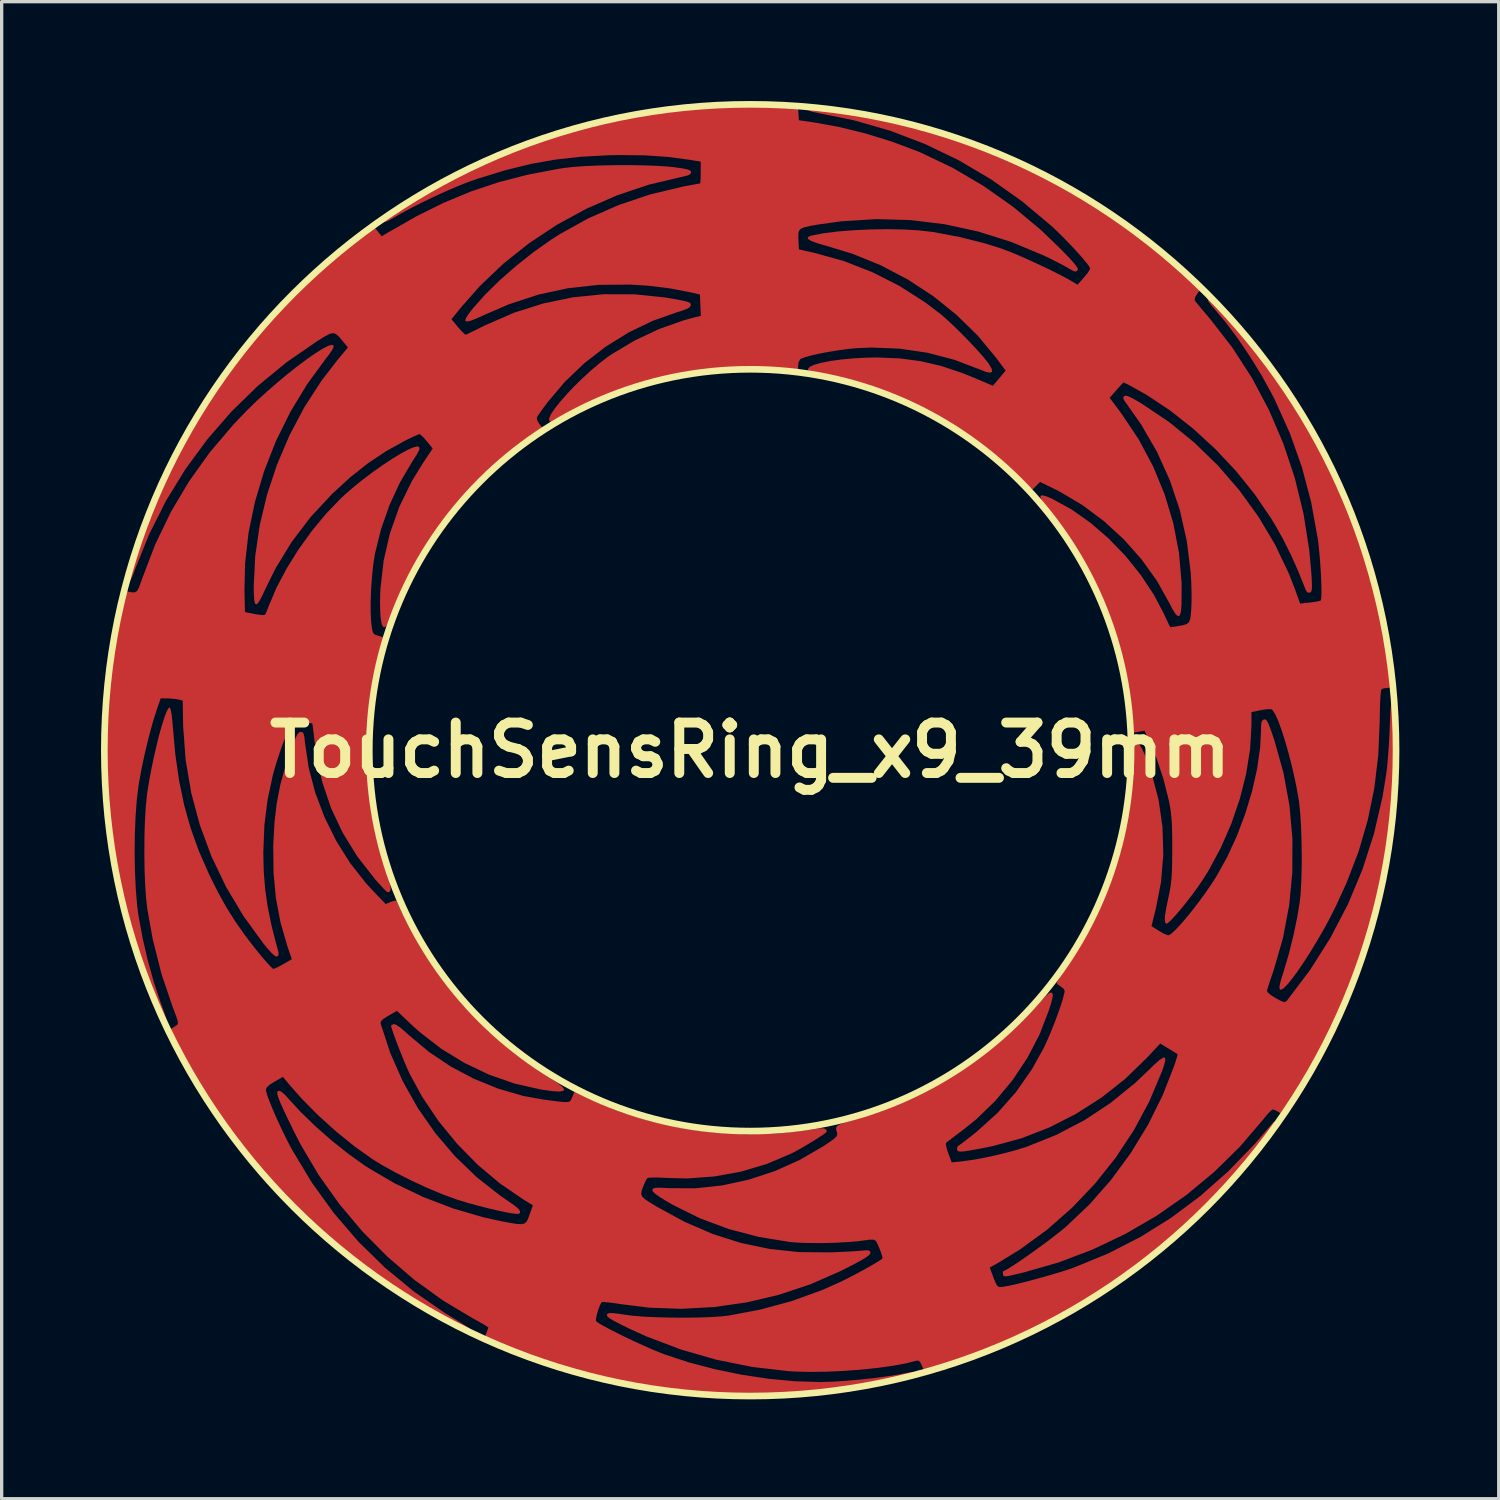
<source format=kicad_pcb>
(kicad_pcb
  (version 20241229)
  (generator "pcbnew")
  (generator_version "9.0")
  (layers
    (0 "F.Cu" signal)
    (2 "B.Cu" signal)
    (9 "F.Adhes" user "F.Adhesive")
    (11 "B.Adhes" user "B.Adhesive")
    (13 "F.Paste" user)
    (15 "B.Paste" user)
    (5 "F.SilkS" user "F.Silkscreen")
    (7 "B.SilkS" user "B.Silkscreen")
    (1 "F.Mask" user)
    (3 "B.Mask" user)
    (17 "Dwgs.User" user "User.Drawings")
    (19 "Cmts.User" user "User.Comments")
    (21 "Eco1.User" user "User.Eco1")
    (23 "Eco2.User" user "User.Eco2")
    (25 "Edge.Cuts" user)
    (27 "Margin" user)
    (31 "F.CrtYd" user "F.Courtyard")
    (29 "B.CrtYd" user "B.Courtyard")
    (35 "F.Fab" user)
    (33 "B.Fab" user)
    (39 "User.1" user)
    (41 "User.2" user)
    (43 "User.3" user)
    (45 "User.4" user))
  (footprint "TouchSensRing_x9_39mm"
    (layer "F.Cu")
    (at 19.6 19.6)
    (property "Reference" "TouchSensRing_x9_39mm" (at 0 0 0) (layer "F.SilkS") (effects (font (size 1.524 1.524) (thickness 0.3))))
    (attr exclude_from_pos_files exclude_from_bom)
    (fp_poly (pts (xy -3.241 -17.658) (xy -2.834 -17.644) (xy -2.483 -17.621) (xy -2.277 -17.599) (xy -2.051 -17.566) (xy -1.904 -17.538) (xy -1.822 -17.508) (xy -1.788 -17.473) (xy -1.783 -17.448) (xy -1.806 -17.395) (xy -1.885 -17.354) (xy -2.039 -17.315) (xy -2.085 -17.306) (xy -3.062 -17.074) (xy -4.018 -16.753) (xy -4.943 -16.349) (xy -5.83 -15.867) (xy -6.669 -15.312) (xy -7.452 -14.69) (xy -8.171 -14.004) (xy -8.716 -13.386) (xy -9.02 -13.012) (xy -8.818 -12.769) (xy -8.71 -12.648) (xy -8.626 -12.567) (xy -8.585 -12.542) (xy -8.533 -12.568) (xy -8.411 -12.628) (xy -8.238 -12.713) (xy -8.03 -12.816) (xy -7.999 -12.831) (xy -7.134 -13.207) (xy -6.248 -13.488) (xy -5.345 -13.675) (xy -4.426 -13.767) (xy -3.493 -13.764) (xy -2.549 -13.666) (xy -2.203 -13.606) (xy -2 -13.566) (xy -1.875 -13.532) (xy -1.811 -13.498) (xy -1.792 -13.457) (xy -1.793 -13.433) (xy -1.823 -13.378) (xy -1.906 -13.326) (xy -2.058 -13.269) (xy -2.2 -13.226) (xy -2.946 -12.963) (xy -3.671 -12.612) (xy -4.363 -12.183) (xy -5.009 -11.683) (xy -5.598 -11.12) (xy -6.114 -10.509) (xy -6.244 -10.335) (xy -6.351 -10.185) (xy -6.422 -10.079) (xy -6.444 -10.04) (xy -6.433 -9.964) (xy -6.374 -9.861) (xy -6.368 -9.853) (xy -6.268 -9.726) (xy -6.52 -9.555) (xy -7.347 -8.934) (xy -8.12 -8.237) (xy -8.83 -7.472) (xy -9.47 -6.647) (xy -9.649 -6.386) (xy -9.868 -6.038) (xy -10.095 -5.644) (xy -10.317 -5.228) (xy -10.522 -4.815) (xy -10.697 -4.431) (xy -10.828 -4.099) (xy -10.831 -4.092) (xy -10.912 -3.883) (xy -10.978 -3.759) (xy -11.036 -3.712) (xy -11.045 -3.711) (xy -11.092 -3.731) (xy -11.125 -3.804) (xy -11.15 -3.947) (xy -11.161 -4.034) (xy -11.172 -4.225) (xy -11.176 -4.473) (xy -11.17 -4.738) (xy -11.163 -4.881) (xy -11.065 -5.734) (xy -10.875 -6.556) (xy -10.593 -7.35) (xy -10.22 -8.115) (xy -9.882 -8.666) (xy -9.585 -9.11) (xy -9.763 -9.326) (xy -9.865 -9.443) (xy -9.948 -9.522) (xy -9.984 -9.543) (xy -10.044 -9.523) (xy -10.167 -9.468) (xy -10.332 -9.389) (xy -10.411 -9.35) (xy -10.994 -9.028) (xy -11.544 -8.661) (xy -12.082 -8.234) (xy -12.621 -7.739) (xy -13.27 -7.042) (xy -13.84 -6.293) (xy -14.327 -5.496) (xy -14.628 -4.888) (xy -14.747 -4.634) (xy -14.838 -4.471) (xy -14.904 -4.4) (xy -14.948 -4.422) (xy -14.975 -4.538) (xy -14.987 -4.748) (xy -14.989 -4.958) (xy -14.943 -5.871) (xy -14.808 -6.795) (xy -14.587 -7.718) (xy -14.285 -8.627) (xy -13.907 -9.513) (xy -13.457 -10.362) (xy -12.938 -11.163) (xy -12.463 -11.779) (xy -12.145 -12.16) (xy -12.306 -12.355) (xy -12.416 -12.485) (xy -12.504 -12.565) (xy -12.59 -12.593) (xy -12.694 -12.571) (xy -12.836 -12.498) (xy -13.038 -12.373) (xy -13.066 -12.356) (xy -13.992 -11.717) (xy -14.858 -11.006) (xy -15.66 -10.226) (xy -16.393 -9.382) (xy -17.055 -8.481) (xy -17.64 -7.527) (xy -18.145 -6.524) (xy -18.555 -5.507) (xy -18.639 -5.282) (xy -18.702 -5.141) (xy -18.75 -5.074) (xy -18.791 -5.071) (xy -18.816 -5.101) (xy -18.813 -5.16) (xy -18.785 -5.292) (xy -18.738 -5.475) (xy -18.682 -5.667) (xy -18.255 -6.919) (xy -17.739 -8.142) (xy -17.138 -9.332) (xy -16.456 -10.481) (xy -15.698 -11.582) (xy -14.868 -12.63) (xy -13.971 -13.619) (xy -13.011 -14.541) (xy -11.993 -15.39) (xy -11.853 -15.497) (xy -11.391 -15.848) (xy -11.258 -15.681) (xy -11.126 -15.515) (xy -10.949 -15.622) (xy -10.09 -16.113) (xy -9.257 -16.527) (xy -8.43 -16.87) (xy -7.589 -17.151) (xy -6.714 -17.376) (xy -5.786 -17.553) (xy -5.639 -17.576) (xy -5.353 -17.609) (xy -4.992 -17.635) (xy -4.579 -17.653) (xy -4.135 -17.663) (xy -3.681 -17.665)) (stroke (width 0) (type solid)) (fill yes) (layer "F.Cu"))
    (fp_poly (pts (xy 1.929 -19.414) (xy 2.09 -19.398) (xy 2.321 -19.368) (xy 2.635 -19.325) (xy 2.639 -19.324) (xy 4.004 -19.086) (xy 5.335 -18.758) (xy 6.634 -18.34) (xy 7.904 -17.83) (xy 9.149 -17.227) (xy 9.567 -17.001) (xy 9.84 -16.842) (xy 10.168 -16.639) (xy 10.53 -16.406) (xy 10.906 -16.156) (xy 11.276 -15.904) (xy 11.62 -15.662) (xy 11.916 -15.445) (xy 12.098 -15.305) (xy 12.313 -15.129) (xy 12.568 -14.914) (xy 12.834 -14.686) (xy 13.078 -14.471) (xy 13.097 -14.454) (xy 13.639 -13.97) (xy 13.51 -13.801) (xy 13.427 -13.666) (xy 13.42 -13.58) (xy 13.426 -13.57) (xy 13.473 -13.512) (xy 13.569 -13.396) (xy 13.701 -13.238) (xy 13.858 -13.053) (xy 13.896 -13.008) (xy 14.562 -12.149) (xy 15.152 -11.234) (xy 15.664 -10.269) (xy 16.096 -9.26) (xy 16.444 -8.215) (xy 16.706 -7.139) (xy 16.88 -6.04) (xy 16.944 -5.321) (xy 16.957 -5.085) (xy 16.96 -4.928) (xy 16.953 -4.832) (xy 16.933 -4.78) (xy 16.899 -4.756) (xy 16.897 -4.756) (xy 16.819 -4.764) (xy 16.776 -4.833) (xy 16.547 -5.402) (xy 16.324 -5.902) (xy 16.096 -6.359) (xy 15.849 -6.798) (xy 15.723 -7.006) (xy 15.23 -7.73) (xy 14.666 -8.43) (xy 14.044 -9.092) (xy 13.378 -9.704) (xy 12.682 -10.254) (xy 11.968 -10.728) (xy 11.502 -10.989) (xy 11.269 -11.109) (xy 11.061 -10.875) (xy 10.853 -10.64) (xy 11.21 -10.161) (xy 11.728 -9.387) (xy 12.163 -8.572) (xy 12.513 -7.724) (xy 12.775 -6.85) (xy 12.946 -5.957) (xy 13.025 -5.052) (xy 13.023 -4.398) (xy 13.005 -4.189) (xy 12.971 -4.071) (xy 12.918 -4.044) (xy 12.843 -4.11) (xy 12.745 -4.267) (xy 12.661 -4.432) (xy 12.28 -5.114) (xy 11.816 -5.761) (xy 11.279 -6.366) (xy 10.681 -6.915) (xy 10.031 -7.4) (xy 9.34 -7.81) (xy 9.155 -7.903) (xy 8.751 -8.098) (xy 8.514 -7.861) (xy 8.083 -8.271) (xy 7.355 -8.917) (xy 6.612 -9.482) (xy 5.83 -9.98) (xy 4.99 -10.425) (xy 4.747 -10.539) (xy 4.176 -10.779) (xy 3.55 -10.999) (xy 2.908 -11.188) (xy 2.288 -11.334) (xy 2.058 -11.377) (xy 1.88 -11.413) (xy 1.781 -11.447) (xy 1.745 -11.488) (xy 1.745 -11.512) (xy 1.803 -11.578) (xy 1.946 -11.641) (xy 2.159 -11.699) (xy 2.432 -11.752) (xy 2.751 -11.796) (xy 3.104 -11.829) (xy 3.479 -11.85) (xy 3.827 -11.857) (xy 4.506 -11.83) (xy 5.144 -11.746) (xy 5.77 -11.6) (xy 6.411 -11.385) (xy 6.784 -11.234) (xy 7.327 -11.001) (xy 7.713 -11.461) (xy 7.431 -11.84) (xy 6.866 -12.521) (xy 6.226 -13.147) (xy 5.522 -13.712) (xy 4.76 -14.21) (xy 3.951 -14.636) (xy 3.102 -14.984) (xy 2.289 -15.231) (xy 2.017 -15.308) (xy 1.834 -15.378) (xy 1.741 -15.44) (xy 1.741 -15.492) (xy 1.835 -15.533) (xy 1.841 -15.535) (xy 2.2 -15.605) (xy 2.633 -15.66) (xy 3.116 -15.699) (xy 3.628 -15.723) (xy 4.145 -15.731) (xy 4.647 -15.721) (xy 5.11 -15.693) (xy 5.513 -15.646) (xy 5.519 -15.646) (xy 6.322 -15.495) (xy 7.104 -15.297) (xy 7.567 -15.152) (xy 7.795 -15.067) (xy 8.084 -14.948) (xy 8.411 -14.804) (xy 8.751 -14.647) (xy 9.082 -14.489) (xy 9.38 -14.339) (xy 9.622 -14.209) (xy 9.701 -14.163) (xy 9.884 -14.053) (xy 10.073 -14.268) (xy 10.175 -14.393) (xy 10.244 -14.496) (xy 10.264 -14.544) (xy 10.232 -14.609) (xy 10.144 -14.727) (xy 10.009 -14.888) (xy 9.84 -15.077) (xy 9.649 -15.281) (xy 9.448 -15.488) (xy 9.248 -15.685) (xy 9.099 -15.825) (xy 8.208 -16.572) (xy 7.272 -17.235) (xy 6.293 -17.813) (xy 5.273 -18.304) (xy 4.214 -18.707) (xy 3.119 -19.021) (xy 2.085 -19.231) (xy 1.88 -19.272) (xy 1.766 -19.314) (xy 1.735 -19.356) (xy 1.741 -19.388) (xy 1.767 -19.409) (xy 1.825 -19.417)) (stroke (width 0) (type solid)) (fill yes) (layer "F.Cu"))
    (fp_poly (pts (xy 0.658 -19.496) (xy 1.441 -19.462) (xy 1.47 -19.019) (xy 1.904 -18.957) (xy 2.676 -18.818) (xy 3.481 -18.62) (xy 4.284 -18.372) (xy 5.05 -18.084) (xy 5.154 -18.041) (xy 6.113 -17.583) (xy 7.042 -17.037) (xy 7.933 -16.41) (xy 8.775 -15.709) (xy 9.391 -15.115) (xy 9.6 -14.899) (xy 9.746 -14.739) (xy 9.838 -14.626) (xy 9.884 -14.551) (xy 9.891 -14.502) (xy 9.882 -14.485) (xy 9.836 -14.453) (xy 9.77 -14.462) (xy 9.658 -14.52) (xy 9.593 -14.559) (xy 9.451 -14.64) (xy 9.251 -14.745) (xy 9.024 -14.859) (xy 8.862 -14.936) (xy 7.881 -15.345) (xy 6.882 -15.66) (xy 5.868 -15.88) (xy 4.841 -16.005) (xy 3.804 -16.035) (xy 2.76 -15.969) (xy 2.075 -15.875) (xy 1.819 -15.83) (xy 1.643 -15.791) (xy 1.533 -15.746) (xy 1.475 -15.685) (xy 1.453 -15.596) (xy 1.453 -15.469) (xy 1.456 -15.413) (xy 1.47 -15.12) (xy 1.954 -15.011) (xy 2.831 -14.767) (xy 3.688 -14.432) (xy 4.51 -14.015) (xy 5.284 -13.52) (xy 5.757 -13.16) (xy 5.943 -12.999) (xy 6.162 -12.793) (xy 6.398 -12.561) (xy 6.634 -12.319) (xy 6.853 -12.084) (xy 7.039 -11.875) (xy 7.174 -11.708) (xy 7.201 -11.67) (xy 7.29 -11.518) (xy 7.306 -11.427) (xy 7.246 -11.395) (xy 7.112 -11.423) (xy 6.939 -11.492) (xy 6.16 -11.789) (xy 5.346 -12.001) (xy 4.508 -12.124) (xy 3.659 -12.157) (xy 3.205 -12.138) (xy 2.942 -12.112) (xy 2.656 -12.073) (xy 2.366 -12.026) (xy 2.089 -11.973) (xy 1.846 -11.918) (xy 1.655 -11.865) (xy 1.534 -11.818) (xy 1.513 -11.804) (xy 1.464 -11.718) (xy 1.446 -11.608) (xy 1.446 -11.468) (xy 1.193 -11.505) (xy 0.99 -11.525) (xy 0.711 -11.538) (xy 0.378 -11.544) (xy 0.01 -11.543) (xy -0.371 -11.535) (xy -0.746 -11.522) (xy -1.093 -11.504) (xy -1.393 -11.48) (xy -1.593 -11.456) (xy -2.288 -11.33) (xy -2.996 -11.158) (xy -3.699 -10.946) (xy -4.376 -10.701) (xy -5.009 -10.431) (xy -5.578 -10.142) (xy -5.909 -9.944) (xy -5.994 -9.903) (xy -6.051 -9.928) (xy -6.067 -9.945) (xy -6.071 -10.023) (xy -6.011 -10.152) (xy -5.895 -10.323) (xy -5.733 -10.526) (xy -5.534 -10.752) (xy -5.308 -10.99) (xy -5.063 -11.23) (xy -4.809 -11.463) (xy -4.555 -11.678) (xy -4.311 -11.866) (xy -4.195 -11.946) (xy -3.491 -12.368) (xy -2.753 -12.716) (xy -2.001 -12.981) (xy -1.697 -13.064) (xy -1.49 -13.115) (xy -1.518 -13.758) (xy -1.783 -13.819) (xy -2.432 -13.945) (xy -3.095 -14.025) (xy -3.639 -14.058) (xy -4.583 -14.049) (xy -5.5 -13.949) (xy -6.396 -13.755) (xy -7.276 -13.467) (xy -7.966 -13.17) (xy -8.242 -13.044) (xy -8.438 -12.967) (xy -8.558 -12.942) (xy -8.604 -12.97) (xy -8.579 -13.053) (xy -8.488 -13.191) (xy -8.363 -13.35) (xy -7.992 -13.766) (xy -7.551 -14.198) (xy -7.06 -14.627) (xy -6.541 -15.038) (xy -6.014 -15.411) (xy -5.753 -15.578) (xy -4.891 -16.056) (xy -3.976 -16.458) (xy -3.019 -16.78) (xy -2.029 -17.017) (xy -1.935 -17.035) (xy -1.75 -17.069) (xy -1.605 -17.095) (xy -1.523 -17.109) (xy -1.513 -17.11) (xy -1.504 -17.154) (xy -1.497 -17.27) (xy -1.494 -17.433) (xy -1.494 -17.44) (xy -1.494 -17.771) (xy -1.819 -17.824) (xy -2.483 -17.912) (xy -3.181 -17.96) (xy -3.936 -17.969) (xy -4.265 -17.963) (xy -5.093 -17.919) (xy -5.87 -17.833) (xy -6.625 -17.7) (xy -7.384 -17.514) (xy -8.178 -17.27) (xy -8.459 -17.174) (xy -8.76 -17.058) (xy -9.118 -16.906) (xy -9.504 -16.731) (xy -9.892 -16.545) (xy -10.256 -16.36) (xy -10.569 -16.189) (xy -10.686 -16.12) (xy -10.878 -16.01) (xy -11.006 -15.952) (xy -11.081 -15.941) (xy -11.104 -15.954) (xy -11.124 -15.979) (xy -11.126 -16.006) (xy -11.099 -16.043) (xy -11.034 -16.097) (xy -10.922 -16.174) (xy -10.753 -16.284) (xy -10.518 -16.432) (xy -10.338 -16.545) (xy -9.176 -17.215) (xy -7.964 -17.805) (xy -6.71 -18.312) (xy -5.422 -18.733) (xy -4.108 -19.066) (xy -2.776 -19.308) (xy -2.49 -19.348) (xy -1.962 -19.406) (xy -1.386 -19.453) (xy -0.792 -19.486) (xy -0.21 -19.504) (xy 0.328 -19.505)) (stroke (width 0) (type solid)) (fill yes) (layer "F.Cu"))
    (fp_poly (pts (xy -17.497 -1.231) (xy -17.469 -1.083) (xy -17.444 -0.853) (xy -17.435 -0.743) (xy -17.357 0.124) (xy -17.243 0.919) (xy -17.089 1.659) (xy -16.891 2.363) (xy -16.644 3.049) (xy -16.343 3.736) (xy -16.309 3.808) (xy -16.059 4.305) (xy -15.816 4.742) (xy -15.562 5.148) (xy -15.286 5.543) (xy -15.12 5.764) (xy -14.948 5.984) (xy -14.782 6.19) (xy -14.631 6.368) (xy -14.508 6.504) (xy -14.424 6.586) (xy -14.394 6.603) (xy -14.332 6.581) (xy -14.214 6.523) (xy -14.095 6.457) (xy -13.84 6.311) (xy -13.979 5.899) (xy -14.183 5.19) (xy -14.32 4.465) (xy -14.391 3.704) (xy -14.4 2.888) (xy -14.398 2.831) (xy -14.363 2.19) (xy -14.296 1.609) (xy -14.189 1.054) (xy -14.036 0.494) (xy -13.831 -0.105) (xy -13.82 -0.135) (xy -13.739 -0.34) (xy -13.677 -0.469) (xy -13.623 -0.535) (xy -13.57 -0.554) (xy -13.568 -0.554) (xy -13.516 -0.543) (xy -13.483 -0.496) (xy -13.46 -0.394) (xy -13.441 -0.216) (xy -13.44 -0.208) (xy -13.328 0.54) (xy -13.129 1.292) (xy -12.849 2.03) (xy -12.497 2.741) (xy -12.079 3.407) (xy -11.603 4.013) (xy -11.424 4.208) (xy -11.005 4.645) (xy -10.844 4.578) (xy -10.729 4.54) (xy -10.674 4.55) (xy -10.662 4.571) (xy -10.634 4.636) (xy -10.573 4.768) (xy -10.488 4.945) (xy -10.41 5.105) (xy -9.907 6.025) (xy -9.324 6.893) (xy -8.666 7.704) (xy -7.937 8.453) (xy -7.142 9.137) (xy -6.284 9.749) (xy -6.059 9.891) (xy -5.826 10.042) (xy -5.678 10.158) (xy -5.617 10.24) (xy -5.644 10.289) (xy -5.761 10.306) (xy -5.967 10.294) (xy -6.264 10.253) (xy -6.332 10.242) (xy -7.115 10.065) (xy -7.883 9.797) (xy -8.625 9.444) (xy -9.328 9.013) (xy -9.982 8.508) (xy -10.245 8.27) (xy -10.666 7.87) (xy -10.924 8.018) (xy -11.07 8.108) (xy -11.143 8.177) (xy -11.16 8.24) (xy -11.155 8.264) (xy -10.865 9.146) (xy -10.491 9.994) (xy -10.038 10.8) (xy -9.511 11.556) (xy -8.917 12.255) (xy -8.259 12.89) (xy -7.545 13.451) (xy -7.333 13.596) (xy -7.127 13.739) (xy -7 13.845) (xy -6.946 13.922) (xy -6.957 13.977) (xy -6.981 13.997) (xy -7.052 14.001) (xy -7.2 13.982) (xy -7.408 13.944) (xy -7.66 13.89) (xy -7.939 13.824) (xy -8.23 13.749) (xy -8.517 13.67) (xy -8.782 13.59) (xy -8.858 13.566) (xy -9.284 13.411) (xy -9.753 13.215) (xy -10.236 12.991) (xy -10.705 12.754) (xy -11.13 12.517) (xy -11.399 12.351) (xy -11.943 11.965) (xy -12.5 11.514) (xy -13.043 11.024) (xy -13.543 10.519) (xy -13.911 10.101) (xy -14.107 9.863) (xy -14.368 10.011) (xy -14.518 10.106) (xy -14.597 10.181) (xy -14.621 10.255) (xy -14.62 10.273) (xy -14.595 10.38) (xy -14.533 10.555) (xy -14.441 10.783) (xy -14.327 11.047) (xy -14.199 11.33) (xy -14.062 11.616) (xy -13.926 11.887) (xy -13.826 12.073) (xy -13.23 13.062) (xy -12.564 13.984) (xy -11.828 14.839) (xy -11.023 15.627) (xy -10.15 16.347) (xy -9.21 16.998) (xy -8.856 17.215) (xy -8.649 17.342) (xy -8.476 17.458) (xy -8.352 17.551) (xy -8.293 17.611) (xy -8.29 17.62) (xy -8.31 17.681) (xy -8.326 17.688) (xy -8.38 17.666) (xy -8.502 17.607) (xy -8.676 17.519) (xy -8.887 17.41) (xy -8.965 17.369) (xy -10.188 16.672) (xy -11.345 15.906) (xy -12.435 15.072) (xy -13.456 14.171) (xy -14.407 13.204) (xy -15.288 12.174) (xy -16.095 11.081) (xy -16.829 9.927) (xy -17.322 9.037) (xy -17.439 8.81) (xy -17.515 8.652) (xy -17.547 8.545) (xy -17.537 8.47) (xy -17.484 8.411) (xy -17.389 8.35) (xy -17.325 8.312) (xy -17.291 8.284) (xy -17.278 8.24) (xy -17.289 8.165) (xy -17.328 8.04) (xy -17.399 7.85) (xy -17.437 7.751) (xy -17.774 6.758) (xy -18.037 5.716) (xy -18.202 4.796) (xy -18.241 4.457) (xy -18.268 4.046) (xy -18.286 3.586) (xy -18.292 3.099) (xy -18.289 2.609) (xy -18.274 2.14) (xy -18.249 1.713) (xy -18.213 1.354) (xy -18.203 1.277) (xy -18.146 0.924) (xy -18.078 0.561) (xy -18.002 0.199) (xy -17.922 -0.149) (xy -17.841 -0.472) (xy -17.761 -0.757) (xy -17.686 -0.993) (xy -17.619 -1.168) (xy -17.564 -1.269) (xy -17.529 -1.289)) (stroke (width 0) (type solid)) (fill yes) (layer "F.Cu"))
    (fp_poly (pts (xy 19.435 -1.576) (xy 19.462 -1.459) (xy 19.483 -1.267) (xy 19.499 -1.012) (xy 19.509 -0.706) (xy 19.514 -0.36) (xy 19.513 0.015) (xy 19.507 0.409) (xy 19.495 0.81) (xy 19.478 1.206) (xy 19.455 1.587) (xy 19.427 1.941) (xy 19.398 2.217) (xy 19.191 3.573) (xy 18.894 4.904) (xy 18.51 6.204) (xy 18.041 7.468) (xy 17.489 8.691) (xy 16.856 9.865) (xy 16.424 10.566) (xy 16.121 11.035) (xy 15.977 10.94) (xy 15.866 10.876) (xy 15.786 10.845) (xy 15.78 10.845) (xy 15.727 10.88) (xy 15.634 10.974) (xy 15.52 11.109) (xy 15.491 11.146) (xy 14.787 11.969) (xy 14.012 12.731) (xy 13.173 13.427) (xy 12.276 14.053) (xy 11.329 14.604) (xy 10.338 15.076) (xy 9.309 15.466) (xy 8.314 15.752) (xy 8.056 15.815) (xy 7.876 15.858) (xy 7.76 15.881) (xy 7.692 15.886) (xy 7.657 15.875) (xy 7.639 15.85) (xy 7.63 15.825) (xy 7.629 15.747) (xy 7.655 15.723) (xy 7.751 15.675) (xy 7.909 15.578) (xy 8.114 15.443) (xy 8.351 15.28) (xy 8.606 15.098) (xy 8.865 14.91) (xy 9.113 14.724) (xy 9.335 14.551) (xy 9.517 14.402) (xy 9.531 14.39) (xy 10.242 13.716) (xy 10.898 12.97) (xy 11.49 12.163) (xy 12.013 11.306) (xy 12.457 10.411) (xy 12.801 9.529) (xy 12.855 9.365) (xy 12.892 9.241) (xy 12.905 9.181) (xy 12.905 9.179) (xy 12.861 9.151) (xy 12.758 9.087) (xy 12.637 9.013) (xy 12.38 8.856) (xy 11.973 9.292) (xy 11.32 9.925) (xy 10.606 10.488) (xy 9.842 10.977) (xy 9.036 11.388) (xy 8.198 11.714) (xy 7.337 11.95) (xy 7.133 11.992) (xy 6.829 12.05) (xy 6.606 12.09) (xy 6.45 12.113) (xy 6.349 12.119) (xy 6.29 12.111) (xy 6.258 12.088) (xy 6.243 12.061) (xy 6.254 11.974) (xy 6.292 11.939) (xy 6.359 11.893) (xy 6.483 11.799) (xy 6.647 11.671) (xy 6.834 11.523) (xy 6.847 11.512) (xy 7.471 10.948) (xy 8.027 10.318) (xy 8.511 9.625) (xy 8.864 8.989) (xy 8.968 8.764) (xy 9.079 8.504) (xy 9.189 8.228) (xy 9.292 7.953) (xy 9.381 7.698) (xy 9.448 7.482) (xy 9.487 7.324) (xy 9.495 7.263) (xy 9.456 7.195) (xy 9.374 7.133) (xy 9.287 7.074) (xy 9.254 7.029) (xy 9.28 6.975) (xy 9.35 6.86) (xy 9.453 6.702) (xy 9.561 6.543) (xy 10.065 5.736) (xy 10.503 4.877) (xy 10.872 3.979) (xy 11.168 3.058) (xy 11.385 2.125) (xy 11.52 1.195) (xy 11.567 0.282) (xy 11.567 0.253) (xy 11.569 0.03) (xy 11.575 -0.114) (xy 11.59 -0.196) (xy 11.616 -0.232) (xy 11.656 -0.241) (xy 11.657 -0.241) (xy 11.734 -0.194) (xy 11.825 -0.054) (xy 11.932 0.176) (xy 12.051 0.494) (xy 12.119 0.696) (xy 12.33 1.499) (xy 12.448 2.319) (xy 12.473 3.15) (xy 12.403 3.984) (xy 12.247 4.786) (xy 12.115 5.312) (xy 12.335 5.451) (xy 12.471 5.529) (xy 12.582 5.579) (xy 12.623 5.59) (xy 12.698 5.553) (xy 12.818 5.447) (xy 12.972 5.285) (xy 13.152 5.078) (xy 13.348 4.837) (xy 13.549 4.575) (xy 13.748 4.302) (xy 13.934 4.031) (xy 14.062 3.833) (xy 14.395 3.239) (xy 14.691 2.596) (xy 14.946 1.923) (xy 15.152 1.24) (xy 15.304 0.567) (xy 15.396 -0.077) (xy 15.422 -0.585) (xy 15.427 -0.76) (xy 15.442 -0.861) (xy 15.476 -0.911) (xy 15.516 -0.929) (xy 15.556 -0.928) (xy 15.594 -0.897) (xy 15.638 -0.82) (xy 15.692 -0.687) (xy 15.764 -0.483) (xy 15.827 -0.296) (xy 16.1 0.679) (xy 16.282 1.672) (xy 16.371 2.675) (xy 16.368 3.681) (xy 16.273 4.681) (xy 16.086 5.669) (xy 15.807 6.636) (xy 15.785 6.7) (xy 15.713 6.91) (xy 15.654 7.09) (xy 15.614 7.218) (xy 15.6 7.269) (xy 15.635 7.323) (xy 15.734 7.403) (xy 15.867 7.486) (xy 16.017 7.567) (xy 16.109 7.602) (xy 16.164 7.598) (xy 16.204 7.563) (xy 16.904 6.635) (xy 17.518 5.665) (xy 18.045 4.655) (xy 18.483 3.607) (xy 18.833 2.524) (xy 19.092 1.407) (xy 19.21 0.675) (xy 19.235 0.451) (xy 19.26 0.16) (xy 19.283 -0.168) (xy 19.302 -0.505) (xy 19.31 -0.709) (xy 19.325 -1.052) (xy 19.341 -1.306) (xy 19.36 -1.479) (xy 19.381 -1.578) (xy 19.402 -1.609)) (stroke (width 0) (type solid)) (fill yes) (layer "F.Cu"))
    (fp_poly (pts (xy 9.105 7.323) (xy 9.132 7.356) (xy 9.136 7.421) (xy 9.113 7.534) (xy 9.063 7.711) (xy 9.023 7.84) (xy 8.739 8.578) (xy 8.369 9.289) (xy 7.921 9.962) (xy 7.402 10.585) (xy 6.823 11.146) (xy 6.44 11.454) (xy 6.252 11.595) (xy 6.091 11.717) (xy 5.974 11.807) (xy 5.916 11.853) (xy 5.914 11.854) (xy 5.91 11.915) (xy 5.936 12.036) (xy 5.98 12.167) (xy 6.084 12.445) (xy 6.404 12.412) (xy 6.747 12.364) (xy 7.145 12.289) (xy 7.565 12.195) (xy 7.97 12.09) (xy 8.326 11.98) (xy 8.351 11.972) (xy 9.244 11.614) (xy 10.088 11.173) (xy 10.882 10.649) (xy 11.623 10.046) (xy 11.989 9.698) (xy 12.208 9.485) (xy 12.369 9.346) (xy 12.473 9.279) (xy 12.527 9.287) (xy 12.532 9.367) (xy 12.493 9.521) (xy 12.432 9.698) (xy 12.049 10.606) (xy 11.58 11.479) (xy 11.03 12.31) (xy 10.407 13.091) (xy 9.715 13.817) (xy 8.962 14.479) (xy 8.152 15.07) (xy 7.508 15.465) (xy 7.233 15.621) (xy 7.345 15.92) (xy 7.407 16.079) (xy 7.455 16.167) (xy 7.507 16.203) (xy 7.583 16.206) (xy 7.62 16.202) (xy 7.776 16.177) (xy 8.003 16.128) (xy 8.283 16.059) (xy 8.595 15.977) (xy 8.919 15.887) (xy 9.236 15.794) (xy 9.526 15.704) (xy 9.768 15.622) (xy 9.784 15.616) (xy 10.806 15.196) (xy 11.779 14.698) (xy 12.704 14.121) (xy 13.587 13.462) (xy 14.43 12.718) (xy 15.236 11.886) (xy 15.806 11.22) (xy 15.864 11.211) (xy 15.901 11.227) (xy 15.917 11.263) (xy 15.894 11.333) (xy 15.823 11.45) (xy 15.698 11.624) (xy 15.628 11.719) (xy 14.756 12.797) (xy 13.82 13.803) (xy 12.822 14.737) (xy 11.765 15.596) (xy 10.652 16.378) (xy 9.484 17.081) (xy 8.266 17.704) (xy 6.998 18.244) (xy 6.753 18.336) (xy 6.497 18.429) (xy 6.228 18.522) (xy 5.964 18.61) (xy 5.722 18.687) (xy 5.52 18.748) (xy 5.377 18.786) (xy 5.314 18.797) (xy 5.27 18.756) (xy 5.214 18.654) (xy 5.191 18.6) (xy 5.131 18.475) (xy 5.073 18.427) (xy 5.027 18.43) (xy 4.704 18.513) (xy 4.304 18.586) (xy 3.845 18.65) (xy 3.348 18.702) (xy 2.832 18.74) (xy 2.314 18.764) (xy 1.815 18.771) (xy 1.353 18.76) (xy 1.156 18.748) (xy 0.062 18.621) (xy -1.026 18.402) (xy -2.094 18.094) (xy -3.128 17.702) (xy -3.639 17.47) (xy -3.915 17.334) (xy -4.113 17.231) (xy -4.242 17.154) (xy -4.31 17.096) (xy -4.329 17.051) (xy -4.31 17.015) (xy -4.251 16.994) (xy -4.13 16.996) (xy -3.935 17.02) (xy -3.78 17.045) (xy -3.529 17.077) (xy -3.203 17.103) (xy -2.824 17.12) (xy -2.413 17.131) (xy -1.991 17.134) (xy -1.58 17.129) (xy -1.201 17.116) (xy -0.875 17.095) (xy -0.651 17.07) (xy 0.315 16.887) (xy 1.26 16.629) (xy 2.163 16.303) (xy 2.723 16.054) (xy 2.949 15.942) (xy 3.193 15.815) (xy 3.434 15.685) (xy 3.654 15.561) (xy 3.836 15.454) (xy 3.959 15.375) (xy 3.993 15.348) (xy 3.989 15.296) (xy 3.957 15.188) (xy 3.907 15.054) (xy 3.851 14.924) (xy 3.802 14.83) (xy 3.787 14.81) (xy 3.724 14.778) (xy 3.608 14.777) (xy 3.47 14.797) (xy 3.215 14.83) (xy 2.891 14.855) (xy 2.525 14.873) (xy 2.144 14.881) (xy 1.775 14.879) (xy 1.444 14.868) (xy 1.205 14.849) (xy 0.257 14.695) (xy -0.65 14.457) (xy -1.514 14.135) (xy -2.331 13.73) (xy -2.52 13.621) (xy -2.734 13.488) (xy -2.872 13.391) (xy -2.942 13.321) (xy -2.955 13.271) (xy -2.954 13.269) (xy -2.928 13.235) (xy -2.87 13.215) (xy -2.763 13.209) (xy -2.59 13.215) (xy -2.438 13.224) (xy -1.646 13.227) (xy -0.844 13.14) (xy -0.045 12.966) (xy 0.737 12.71) (xy 1.489 12.374) (xy 2.199 11.962) (xy 2.208 11.957) (xy 2.405 11.825) (xy 2.532 11.731) (xy 2.603 11.663) (xy 2.629 11.609) (xy 2.623 11.557) (xy 2.622 11.554) (xy 2.596 11.46) (xy 2.597 11.39) (xy 2.637 11.336) (xy 2.73 11.287) (xy 2.889 11.233) (xy 3.126 11.165) (xy 3.157 11.157) (xy 4.1 10.847) (xy 5.023 10.448) (xy 5.916 9.965) (xy 6.769 9.405) (xy 7.572 8.775) (xy 8.316 8.08) (xy 8.777 7.58) (xy 8.921 7.424) (xy 9.02 7.338) (xy 9.086 7.316)) (stroke (width 0) (type solid)) (fill yes) (layer "F.Cu"))
    (fp_poly (pts (xy 13.882 -13.702) (xy 13.96 -13.635) (xy 14.09 -13.504) (xy 14.267 -13.313) (xy 14.478 -13.075) (xy 14.711 -12.805) (xy 14.952 -12.519) (xy 15.189 -12.231) (xy 15.41 -11.956) (xy 15.601 -11.709) (xy 15.628 -11.673) (xy 16.357 -10.628) (xy 17.025 -9.517) (xy 17.624 -8.354) (xy 18.149 -7.153) (xy 18.592 -5.928) (xy 18.864 -5.013) (xy 18.935 -4.732) (xy 19.008 -4.411) (xy 19.082 -4.063) (xy 19.154 -3.702) (xy 19.221 -3.342) (xy 19.281 -2.995) (xy 19.332 -2.675) (xy 19.372 -2.395) (xy 19.398 -2.168) (xy 19.408 -2.008) (xy 19.4 -1.929) (xy 19.399 -1.928) (xy 19.334 -1.892) (xy 19.24 -1.879) (xy 19.125 -1.866) (xy 19.062 -1.843) (xy 19.045 -1.783) (xy 19.03 -1.638) (xy 19.018 -1.419) (xy 19.01 -1.137) (xy 19.007 -0.892) (xy 18.963 0.147) (xy 18.844 1.142) (xy 18.647 2.106) (xy 18.369 3.057) (xy 18.004 4.009) (xy 17.665 4.747) (xy 17.491 5.088) (xy 17.303 5.434) (xy 17.105 5.775) (xy 16.905 6.103) (xy 16.709 6.408) (xy 16.524 6.679) (xy 16.356 6.907) (xy 16.212 7.082) (xy 16.098 7.195) (xy 16.02 7.235) (xy 16.004 7.231) (xy 15.981 7.196) (xy 15.982 7.122) (xy 16.01 6.995) (xy 16.068 6.8) (xy 16.11 6.668) (xy 16.261 6.159) (xy 16.4 5.601) (xy 16.517 5.039) (xy 16.589 4.603) (xy 16.619 4.324) (xy 16.639 3.971) (xy 16.65 3.569) (xy 16.652 3.139) (xy 16.645 2.704) (xy 16.631 2.287) (xy 16.607 1.911) (xy 16.576 1.599) (xy 16.563 1.508) (xy 16.499 1.141) (xy 16.42 0.761) (xy 16.33 0.381) (xy 16.233 0.013) (xy 16.133 -0.33) (xy 16.034 -0.635) (xy 15.939 -0.891) (xy 15.852 -1.085) (xy 15.776 -1.204) (xy 15.738 -1.235) (xy 15.656 -1.24) (xy 15.515 -1.226) (xy 15.402 -1.206) (xy 15.134 -1.15) (xy 15.134 -0.745) (xy 15.093 -0.032) (xy 14.974 0.712) (xy 14.783 1.47) (xy 14.525 2.223) (xy 14.205 2.955) (xy 13.83 3.648) (xy 13.654 3.928) (xy 13.503 4.148) (xy 13.335 4.377) (xy 13.16 4.604) (xy 12.989 4.814) (xy 12.833 4.995) (xy 12.703 5.135) (xy 12.608 5.22) (xy 12.564 5.24) (xy 12.529 5.203) (xy 12.516 5.118) (xy 12.527 4.973) (xy 12.563 4.758) (xy 12.624 4.462) (xy 12.63 4.434) (xy 12.671 4.238) (xy 12.7 4.056) (xy 12.72 3.867) (xy 12.733 3.649) (xy 12.74 3.382) (xy 12.742 3.044) (xy 12.742 2.964) (xy 12.741 2.607) (xy 12.736 2.324) (xy 12.724 2.096) (xy 12.705 1.9) (xy 12.678 1.715) (xy 12.64 1.52) (xy 12.634 1.494) (xy 12.472 0.854) (xy 12.268 0.241) (xy 12.074 -0.227) (xy 11.906 -0.589) (xy 11.742 -0.559) (xy 11.578 -0.528) (xy 11.544 -0.927) (xy 11.46 -1.618) (xy 11.327 -2.346) (xy 11.152 -3.073) (xy 10.944 -3.758) (xy 10.862 -3.99) (xy 10.575 -4.683) (xy 10.221 -5.395) (xy 9.817 -6.098) (xy 9.379 -6.763) (xy 9.017 -7.247) (xy 8.861 -7.453) (xy 8.775 -7.595) (xy 8.761 -7.676) (xy 8.819 -7.697) (xy 8.949 -7.662) (xy 9.121 -7.588) (xy 9.702 -7.269) (xy 10.273 -6.866) (xy 10.82 -6.394) (xy 11.331 -5.865) (xy 11.791 -5.292) (xy 12.189 -4.69) (xy 12.46 -4.179) (xy 12.682 -3.711) (xy 12.884 -3.742) (xy 13.066 -3.773) (xy 13.184 -3.81) (xy 13.253 -3.874) (xy 13.29 -3.984) (xy 13.309 -4.161) (xy 13.318 -4.281) (xy 13.326 -4.505) (xy 13.325 -4.788) (xy 13.316 -5.091) (xy 13.3 -5.358) (xy 13.181 -6.321) (xy 12.971 -7.251) (xy 12.671 -8.147) (xy 12.281 -9.01) (xy 11.8 -9.839) (xy 11.343 -10.488) (xy 11.273 -10.593) (xy 11.264 -10.656) (xy 11.293 -10.692) (xy 11.342 -10.704) (xy 11.429 -10.68) (xy 11.565 -10.613) (xy 11.764 -10.498) (xy 11.836 -10.454) (xy 12.652 -9.904) (xy 13.418 -9.279) (xy 14.128 -8.588) (xy 14.774 -7.84) (xy 15.35 -7.042) (xy 15.849 -6.204) (xy 16.264 -5.333) (xy 16.442 -4.876) (xy 16.604 -4.426) (xy 16.891 -4.458) (xy 17.053 -4.479) (xy 17.175 -4.502) (xy 17.224 -4.517) (xy 17.24 -4.575) (xy 17.247 -4.712) (xy 17.247 -4.912) (xy 17.239 -5.158) (xy 17.225 -5.432) (xy 17.205 -5.719) (xy 17.181 -6.001) (xy 17.153 -6.263) (xy 17.136 -6.389) (xy 16.936 -7.492) (xy 16.657 -8.547) (xy 16.295 -9.568) (xy 15.845 -10.567) (xy 15.758 -10.739) (xy 15.445 -11.308) (xy 15.096 -11.877) (xy 14.726 -12.424) (xy 14.351 -12.925) (xy 13.987 -13.358) (xy 13.961 -13.386) (xy 13.839 -13.54) (xy 13.8 -13.648) (xy 13.804 -13.67) (xy 13.834 -13.716)) (stroke (width 0) (type solid)) (fill yes) (layer "F.Cu"))
    (fp_poly (pts (xy -12.586 -12.226) (xy -12.579 -12.171) (xy -12.625 -12.075) (xy -12.729 -11.927) (xy -12.806 -11.83) (xy -13.38 -11.046) (xy -13.885 -10.211) (xy -14.318 -9.335) (xy -14.674 -8.429) (xy -14.951 -7.504) (xy -15.145 -6.57) (xy -15.251 -5.637) (xy -15.269 -4.82) (xy -15.254 -4.169) (xy -14.965 -4.112) (xy -14.809 -4.087) (xy -14.693 -4.079) (xy -14.648 -4.088) (xy -14.617 -4.149) (xy -14.567 -4.269) (xy -14.532 -4.362) (xy -14.3 -4.911) (xy -13.996 -5.485) (xy -13.636 -6.062) (xy -13.233 -6.622) (xy -12.801 -7.144) (xy -12.356 -7.607) (xy -12.23 -7.724) (xy -11.964 -7.954) (xy -11.679 -8.183) (xy -11.384 -8.404) (xy -11.092 -8.611) (xy -10.813 -8.795) (xy -10.557 -8.951) (xy -10.337 -9.07) (xy -10.162 -9.147) (xy -10.044 -9.173) (xy -10.006 -9.162) (xy -9.984 -9.122) (xy -9.997 -9.056) (xy -10.053 -8.949) (xy -10.157 -8.784) (xy -10.203 -8.714) (xy -10.572 -8.089) (xy -10.89 -7.402) (xy -11.144 -6.677) (xy -11.328 -5.938) (xy -11.329 -5.933) (xy -11.378 -5.621) (xy -11.417 -5.259) (xy -11.445 -4.875) (xy -11.459 -4.496) (xy -11.459 -4.15) (xy -11.443 -3.865) (xy -11.437 -3.811) (xy -11.414 -3.642) (xy -11.386 -3.545) (xy -11.341 -3.495) (xy -11.264 -3.466) (xy -11.242 -3.46) (xy -11.136 -3.428) (xy -11.086 -3.403) (xy -11.085 -3.401) (xy -11.097 -3.349) (xy -11.128 -3.226) (xy -11.173 -3.052) (xy -11.205 -2.932) (xy -11.323 -2.452) (xy -11.413 -1.999) (xy -11.478 -1.544) (xy -11.522 -1.06) (xy -11.548 -0.519) (xy -11.555 -0.283) (xy -11.555 0.501) (xy -11.516 1.219) (xy -11.434 1.898) (xy -11.305 2.562) (xy -11.127 3.234) (xy -11.015 3.591) (xy -10.93 3.859) (xy -10.877 4.05) (xy -10.856 4.175) (xy -10.866 4.249) (xy -10.904 4.282) (xy -10.95 4.289) (xy -10.994 4.255) (xy -11.085 4.162) (xy -11.21 4.026) (xy -11.329 3.892) (xy -11.862 3.209) (xy -12.304 2.493) (xy -12.657 1.743) (xy -12.922 0.955) (xy -13.1 0.126) (xy -13.159 -0.321) (xy -13.181 -0.522) (xy -13.201 -0.683) (xy -13.216 -0.782) (xy -13.222 -0.803) (xy -13.274 -0.82) (xy -13.392 -0.847) (xy -13.497 -0.868) (xy -13.664 -0.892) (xy -13.765 -0.886) (xy -13.816 -0.856) (xy -13.871 -0.77) (xy -13.946 -0.61) (xy -14.035 -0.393) (xy -14.13 -0.139) (xy -14.226 0.135) (xy -14.315 0.411) (xy -14.39 0.669) (xy -14.41 0.742) (xy -14.572 1.501) (xy -14.668 2.267) (xy -14.7 3.076) (xy -14.7 3.109) (xy -14.687 3.664) (xy -14.645 4.192) (xy -14.57 4.719) (xy -14.458 5.27) (xy -14.305 5.871) (xy -14.24 6.102) (xy -14.243 6.2) (xy -14.284 6.232) (xy -14.345 6.216) (xy -14.444 6.131) (xy -14.586 5.972) (xy -14.693 5.84) (xy -15.302 5.003) (xy -15.826 4.124) (xy -16.265 3.208) (xy -16.615 2.261) (xy -16.876 1.289) (xy -17.045 0.296) (xy -17.12 -0.712) (xy -17.122 -0.814) (xy -17.134 -1.498) (xy -17.255 -1.529) (xy -17.38 -1.55) (xy -17.543 -1.562) (xy -17.587 -1.563) (xy -17.798 -1.566) (xy -17.915 -1.229) (xy -18.037 -0.842) (xy -18.16 -0.391) (xy -18.277 0.093) (xy -18.38 0.578) (xy -18.462 1.034) (xy -18.467 1.067) (xy -18.52 1.497) (xy -18.557 1.996) (xy -18.579 2.54) (xy -18.585 3.105) (xy -18.575 3.666) (xy -18.55 4.199) (xy -18.51 4.68) (xy -18.47 4.988) (xy -18.348 5.655) (xy -18.191 6.335) (xy -18.009 6.989) (xy -17.835 7.519) (xy -17.744 7.77) (xy -17.682 7.945) (xy -17.646 8.058) (xy -17.631 8.124) (xy -17.635 8.157) (xy -17.653 8.171) (xy -17.677 8.18) (xy -17.731 8.151) (xy -17.804 8.041) (xy -17.863 7.921) (xy -18.343 6.725) (xy -18.746 5.481) (xy -19.073 4.184) (xy -19.324 2.831) (xy -19.407 2.241) (xy -19.441 1.906) (xy -19.467 1.494) (xy -19.486 1.025) (xy -19.497 0.517) (xy -19.5 -0.01) (xy -19.496 -0.538) (xy -19.484 -1.046) (xy -19.465 -1.515) (xy -19.438 -1.927) (xy -19.409 -2.217) (xy -19.365 -2.532) (xy -19.303 -2.916) (xy -19.228 -3.345) (xy -19.144 -3.794) (xy -19.056 -4.239) (xy -18.967 -4.654) (xy -18.955 -4.709) (xy -18.918 -4.785) (xy -18.836 -4.795) (xy -18.804 -4.79) (xy -18.669 -4.765) (xy -18.577 -4.766) (xy -18.513 -4.806) (xy -18.459 -4.902) (xy -18.398 -5.066) (xy -18.361 -5.174) (xy -17.965 -6.209) (xy -17.494 -7.187) (xy -16.945 -8.113) (xy -16.314 -8.995) (xy -15.597 -9.839) (xy -15.184 -10.269) (xy -14.897 -10.548) (xy -14.592 -10.826) (xy -14.28 -11.098) (xy -13.97 -11.356) (xy -13.669 -11.593) (xy -13.388 -11.804) (xy -13.134 -11.98) (xy -12.918 -12.116) (xy -12.747 -12.205) (xy -12.631 -12.239)) (stroke (width 0) (type solid)) (fill yes) (layer "F.Cu"))
    (fp_poly (pts (xy -10.696 8.286) (xy -10.572 8.369) (xy -10.392 8.522) (xy -10.307 8.601) (xy -9.708 9.104) (xy -9.048 9.546) (xy -8.342 9.921) (xy -7.606 10.22) (xy -6.855 10.438) (xy -6.241 10.549) (xy -5.949 10.587) (xy -5.738 10.613) (xy -5.594 10.625) (xy -5.502 10.622) (xy -5.447 10.603) (xy -5.414 10.566) (xy -5.389 10.512) (xy -5.376 10.48) (xy -5.308 10.318) (xy -4.805 10.555) (xy -3.943 10.912) (xy -3.03 11.197) (xy -2.082 11.407) (xy -1.114 11.542) (xy -0.141 11.598) (xy 0.822 11.574) (xy 1.758 11.468) (xy 1.872 11.448) (xy 2.082 11.418) (xy 2.216 11.416) (xy 2.287 11.445) (xy 2.312 11.508) (xy 2.313 11.52) (xy 2.274 11.557) (xy 2.169 11.63) (xy 2.016 11.729) (xy 1.833 11.842) (xy 1.637 11.959) (xy 1.447 12.067) (xy 1.28 12.158) (xy 1.229 12.183) (xy 0.493 12.495) (xy -0.285 12.726) (xy -1.09 12.871) (xy -1.907 12.93) (xy -2.53 12.914) (xy -2.757 12.903) (xy -2.942 12.901) (xy -3.066 12.909) (xy -3.106 12.921) (xy -3.149 12.989) (xy -3.206 13.113) (xy -3.237 13.19) (xy -3.278 13.307) (xy -3.291 13.395) (xy -3.266 13.47) (xy -3.19 13.546) (xy -3.054 13.64) (xy -2.847 13.766) (xy -2.825 13.78) (xy -1.982 14.239) (xy -1.137 14.605) (xy -0.283 14.878) (xy 0.588 15.06) (xy 1.483 15.154) (xy 2.41 15.162) (xy 2.41 15.162) (xy 2.699 15.15) (xy 2.966 15.137) (xy 3.192 15.124) (xy 3.356 15.112) (xy 3.427 15.104) (xy 3.556 15.097) (xy 3.62 15.132) (xy 3.629 15.151) (xy 3.627 15.194) (xy 3.584 15.248) (xy 3.492 15.318) (xy 3.34 15.408) (xy 3.122 15.526) (xy 2.828 15.675) (xy 2.706 15.736) (xy 1.805 16.131) (xy 0.865 16.443) (xy -0.102 16.671) (xy -1.085 16.812) (xy -2.074 16.866) (xy -3.056 16.831) (xy -3.88 16.728) (xy -4.104 16.694) (xy -4.293 16.671) (xy -4.427 16.661) (xy -4.486 16.666) (xy -4.486 16.666) (xy -4.534 16.753) (xy -4.585 16.888) (xy -4.63 17.037) (xy -4.657 17.164) (xy -4.657 17.232) (xy -4.605 17.278) (xy -4.478 17.355) (xy -4.292 17.457) (xy -4.061 17.576) (xy -3.798 17.706) (xy -3.52 17.838) (xy -3.239 17.967) (xy -2.971 18.086) (xy -2.729 18.186) (xy -2.585 18.242) (xy -1.848 18.485) (xy -1.063 18.691) (xy -0.253 18.857) (xy 0.561 18.979) (xy 1.355 19.053) (xy 2.107 19.077) (xy 2.53 19.064) (xy 2.928 19.037) (xy 3.347 19) (xy 3.762 18.954) (xy 4.147 18.903) (xy 4.474 18.851) (xy 4.612 18.824) (xy 4.777 18.793) (xy 4.901 18.775) (xy 4.957 18.774) (xy 4.958 18.774) (xy 4.964 18.835) (xy 4.908 18.905) (xy 4.818 18.952) (xy 4.812 18.954) (xy 4.446 19.032) (xy 4.046 19.113) (xy 3.635 19.192) (xy 3.236 19.265) (xy 2.871 19.328) (xy 2.563 19.376) (xy 2.41 19.397) (xy 2.202 19.42) (xy 1.933 19.444) (xy 1.621 19.469) (xy 1.285 19.493) (xy 0.942 19.515) (xy 0.612 19.534) (xy 0.312 19.549) (xy 0.061 19.558) (xy -0.123 19.562) (xy -0.193 19.56) (xy -0.283 19.555) (xy -0.448 19.547) (xy -0.669 19.535) (xy -0.923 19.522) (xy -1.03 19.517) (xy -2.341 19.402) (xy -3.655 19.196) (xy -4.958 18.902) (xy -6.234 18.522) (xy -7.434 18.075) (xy -7.657 17.983) (xy -7.844 17.904) (xy -7.978 17.845) (xy -8.045 17.813) (xy -8.049 17.81) (xy -8.032 17.761) (xy -7.991 17.658) (xy -7.977 17.624) (xy -7.93 17.508) (xy -7.906 17.436) (xy -7.904 17.429) (xy -7.944 17.399) (xy -8.052 17.334) (xy -8.21 17.244) (xy -8.371 17.156) (xy -9.277 16.614) (xy -10.141 15.99) (xy -10.955 15.29) (xy -11.714 14.524) (xy -12.408 13.698) (xy -13.032 12.821) (xy -13.577 11.899) (xy -13.781 11.5) (xy -13.953 11.146) (xy -14.084 10.869) (xy -14.179 10.659) (xy -14.241 10.506) (xy -14.273 10.401) (xy -14.28 10.335) (xy -14.264 10.298) (xy -14.241 10.283) (xy -14.162 10.304) (xy -14.041 10.409) (xy -13.969 10.489) (xy -13.581 10.914) (xy -13.128 11.353) (xy -12.636 11.786) (xy -12.129 12.19) (xy -11.631 12.545) (xy -11.543 12.603) (xy -10.734 13.077) (xy -9.868 13.492) (xy -8.967 13.837) (xy -8.056 14.103) (xy -7.549 14.215) (xy -7.264 14.269) (xy -7.059 14.302) (xy -6.916 14.311) (xy -6.822 14.293) (xy -6.759 14.243) (xy -6.713 14.16) (xy -6.667 14.038) (xy -6.663 14.027) (xy -6.56 13.74) (xy -6.85 13.564) (xy -7.555 13.082) (xy -8.224 12.52) (xy -8.845 11.888) (xy -9.408 11.201) (xy -9.901 10.468) (xy -10.28 9.773) (xy -10.353 9.615) (xy -10.44 9.411) (xy -10.533 9.18) (xy -10.627 8.944) (xy -10.712 8.719) (xy -10.781 8.527) (xy -10.828 8.385) (xy -10.844 8.315) (xy -10.807 8.288) (xy -10.767 8.271)) (stroke (width 0) (type solid)) (fill yes) (layer "F.Cu"))
    (fp_circle (center 0 0) (end 11.5 0) (stroke (width 0.2) (type solid)) (fill no) (layer "F.SilkS"))
    (fp_circle (center 0 0) (end 19.5 0) (stroke (width 0.2) (type solid)) (fill no) (layer "F.SilkS")))
  (gr_rect
    (start -3 -3)
    (end 42.2 42.2)
    (stroke (width 0.1) (type default))
    (fill no)
    (layer "Edge.Cuts")))
</source>
